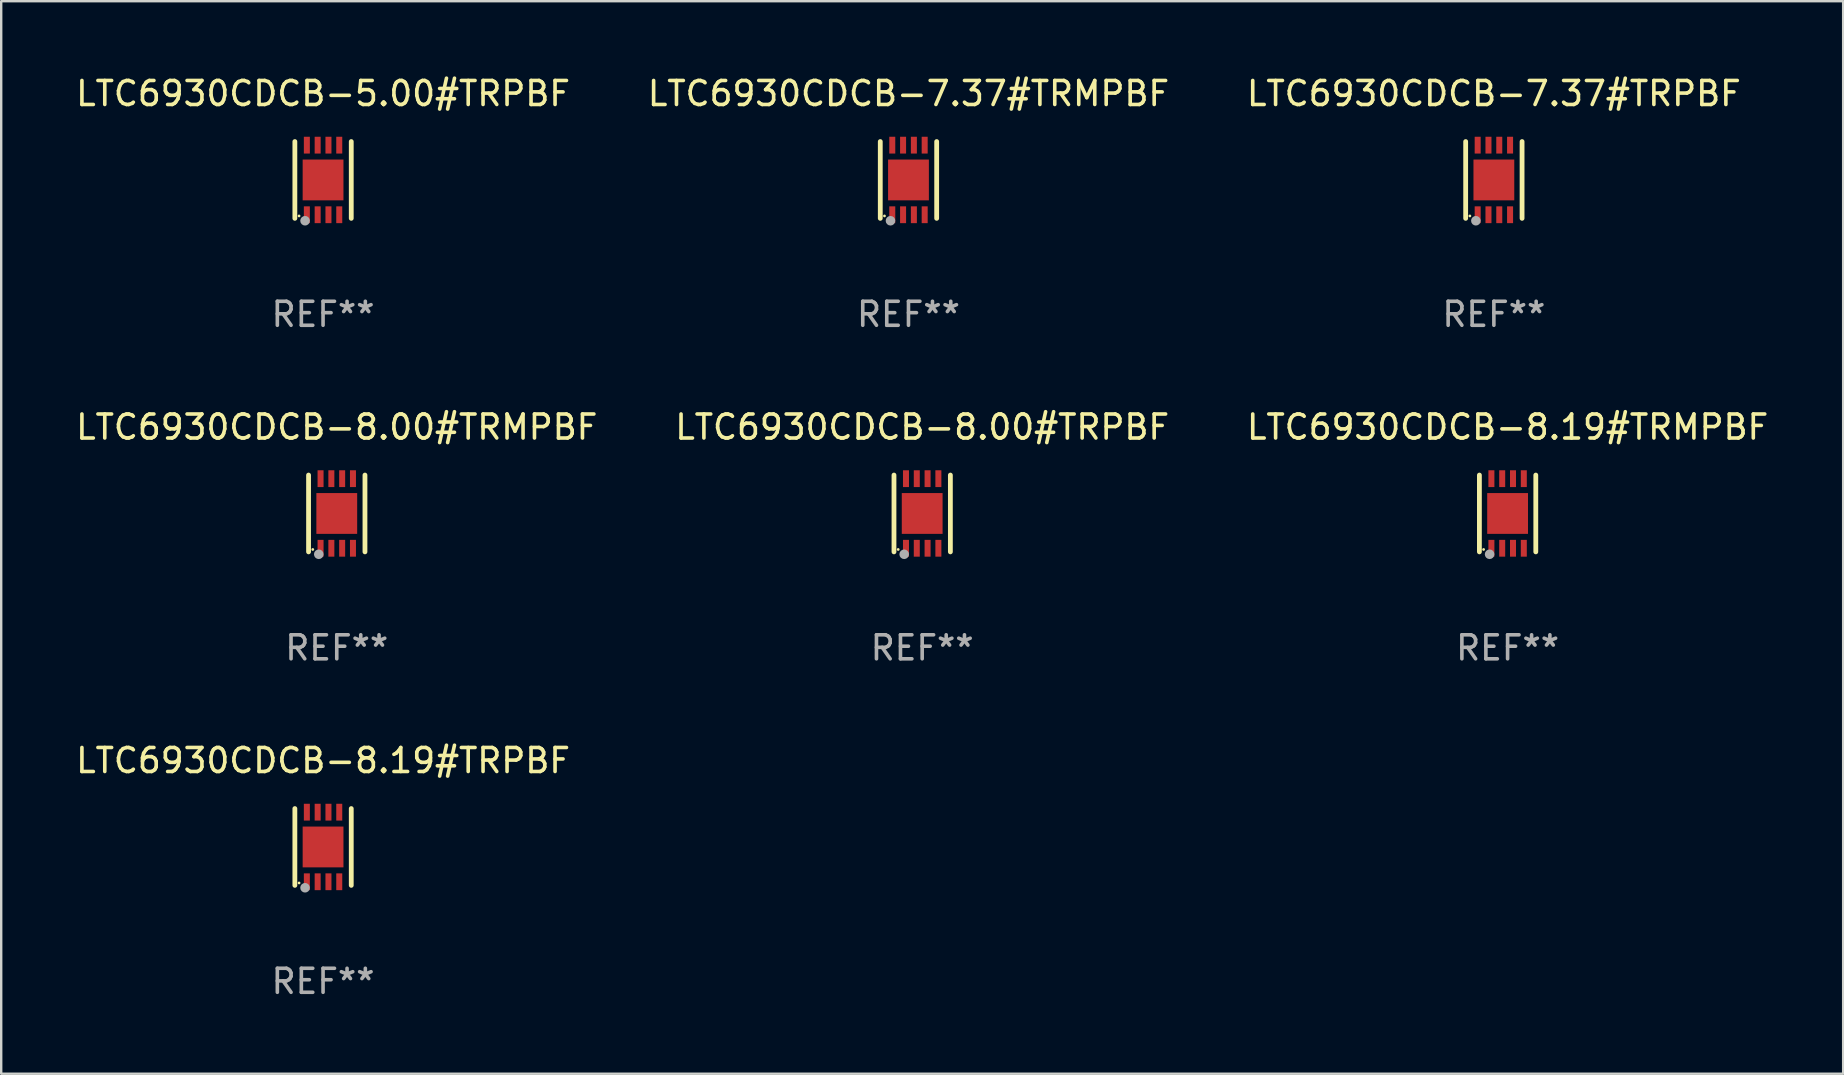
<source format=kicad_pcb>
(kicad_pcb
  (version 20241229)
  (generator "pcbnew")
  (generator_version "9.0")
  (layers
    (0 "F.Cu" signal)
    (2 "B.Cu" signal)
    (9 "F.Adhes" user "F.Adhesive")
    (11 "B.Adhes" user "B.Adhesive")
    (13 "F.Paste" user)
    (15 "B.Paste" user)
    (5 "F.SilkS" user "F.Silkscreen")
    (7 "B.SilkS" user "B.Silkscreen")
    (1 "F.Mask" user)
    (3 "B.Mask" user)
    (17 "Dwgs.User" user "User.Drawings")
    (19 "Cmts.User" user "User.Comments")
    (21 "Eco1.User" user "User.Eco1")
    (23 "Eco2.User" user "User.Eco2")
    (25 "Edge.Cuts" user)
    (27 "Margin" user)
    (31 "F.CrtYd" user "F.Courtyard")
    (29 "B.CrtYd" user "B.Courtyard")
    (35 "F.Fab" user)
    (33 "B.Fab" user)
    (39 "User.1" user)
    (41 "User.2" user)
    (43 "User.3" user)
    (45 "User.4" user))
  (footprint "LTC6930CDCB-5.00#TRPBF"
    (layer "F.Cu")
    (at 10.411 4.448)
    (property "Reference" "LTC6930CDCB-5.00#TRPBF" (at 0 -3.6 0) (layer "F.SilkS") (effects (font (size 1 1) (thickness 0.15))))
    (attr through_hole)
    (fp_line (start -1.175 1.6) (end -1.175 -1.6) (stroke (width 0.2) (type solid)) (layer "F.SilkS"))
    (fp_line (start 1.175 1.6) (end 1.175 -1.6) (stroke (width 0.2) (type solid)) (layer "F.SilkS"))
    (fp_circle (center -1 1.5) (end -0.97 1.5) (stroke (width 0.06) (type solid)) (fill no) (layer "F.SilkS"))
    (fp_circle (center -0.75 1.7) (end -0.65 1.7) (stroke (width 0.2) (type solid)) (fill no) (layer "F.Fab"))
    (fp_text user "REF**" (at 0 5.6 0) (layer "F.Fab") (effects (font (size 1 1) (thickness 0.15))))
    (pad "1" smd rect (at -0.675 1.45 90) (size 0.7 0.25) (layers "F.Cu" "F.Mask" "F.Paste"))
    (pad "2" smd rect (at -0.225 1.45 90) (size 0.7 0.25) (layers "F.Cu" "F.Mask" "F.Paste"))
    (pad "3" smd rect (at 0.225 1.45 90) (size 0.7 0.25) (layers "F.Cu" "F.Mask" "F.Paste"))
    (pad "4" smd rect (at 0.675 1.45 90) (size 0.7 0.25) (layers "F.Cu" "F.Mask" "F.Paste"))
    (pad "5" smd rect (at 0.675 -1.45 90) (size 0.7 0.25) (layers "F.Cu" "F.Mask" "F.Paste"))
    (pad "6" smd rect (at 0.225 -1.45 90) (size 0.7 0.25) (layers "F.Cu" "F.Mask" "F.Paste"))
    (pad "7" smd rect (at -0.225 -1.45 90) (size 0.7 0.25) (layers "F.Cu" "F.Mask" "F.Paste"))
    (pad "8" smd rect (at -0.675 -1.45 90) (size 0.7 0.25) (layers "F.Cu" "F.Mask" "F.Paste"))
    (pad "9" smd rect (at 0.000127 0 90) (size 1.7 1.7) (layers "F.Cu" "F.Mask" "F.Paste")))
  (footprint "LTC6930CDCB-8.19#TRMPBF"
    (layer "F.Cu")
    (at 59.768 18.345)
    (property "Reference" "LTC6930CDCB-8.19#TRMPBF" (at 0 -3.6 0) (layer "F.SilkS") (effects (font (size 1 1) (thickness 0.15))))
    (attr through_hole)
    (fp_line (start -1.175 1.6) (end -1.175 -1.6) (stroke (width 0.2) (type solid)) (layer "F.SilkS"))
    (fp_line (start 1.175 1.6) (end 1.175 -1.6) (stroke (width 0.2) (type solid)) (layer "F.SilkS"))
    (fp_circle (center -1 1.5) (end -0.97 1.5) (stroke (width 0.06) (type solid)) (fill no) (layer "F.SilkS"))
    (fp_circle (center -0.75 1.7) (end -0.65 1.7) (stroke (width 0.2) (type solid)) (fill no) (layer "F.Fab"))
    (fp_text user "REF**" (at 0 5.6 0) (layer "F.Fab") (effects (font (size 1 1) (thickness 0.15))))
    (pad "1" smd rect (at -0.675 1.45 90) (size 0.7 0.25) (layers "F.Cu" "F.Mask" "F.Paste"))
    (pad "2" smd rect (at -0.225 1.45 90) (size 0.7 0.25) (layers "F.Cu" "F.Mask" "F.Paste"))
    (pad "3" smd rect (at 0.225 1.45 90) (size 0.7 0.25) (layers "F.Cu" "F.Mask" "F.Paste"))
    (pad "4" smd rect (at 0.675 1.45 90) (size 0.7 0.25) (layers "F.Cu" "F.Mask" "F.Paste"))
    (pad "5" smd rect (at 0.675 -1.45 90) (size 0.7 0.25) (layers "F.Cu" "F.Mask" "F.Paste"))
    (pad "6" smd rect (at 0.225 -1.45 90) (size 0.7 0.25) (layers "F.Cu" "F.Mask" "F.Paste"))
    (pad "7" smd rect (at -0.225 -1.45 90) (size 0.7 0.25) (layers "F.Cu" "F.Mask" "F.Paste"))
    (pad "8" smd rect (at -0.675 -1.45 90) (size 0.7 0.25) (layers "F.Cu" "F.Mask" "F.Paste"))
    (pad "9" smd rect (at 0.000127 0 90) (size 1.7 1.7) (layers "F.Cu" "F.Mask" "F.Paste")))
  (footprint "LTC6930CDCB-8.19#TRPBF"
    (layer "F.Cu")
    (at 10.411 32.241)
    (property "Reference" "LTC6930CDCB-8.19#TRPBF" (at 0 -3.6 0) (layer "F.SilkS") (effects (font (size 1 1) (thickness 0.15))))
    (attr through_hole)
    (fp_line (start -1.175 1.6) (end -1.175 -1.6) (stroke (width 0.2) (type solid)) (layer "F.SilkS"))
    (fp_line (start 1.175 1.6) (end 1.175 -1.6) (stroke (width 0.2) (type solid)) (layer "F.SilkS"))
    (fp_circle (center -1 1.5) (end -0.97 1.5) (stroke (width 0.06) (type solid)) (fill no) (layer "F.SilkS"))
    (fp_circle (center -0.75 1.7) (end -0.65 1.7) (stroke (width 0.2) (type solid)) (fill no) (layer "F.Fab"))
    (fp_text user "REF**" (at 0 5.6 0) (layer "F.Fab") (effects (font (size 1 1) (thickness 0.15))))
    (pad "1" smd rect (at -0.675 1.45 90) (size 0.7 0.25) (layers "F.Cu" "F.Mask" "F.Paste"))
    (pad "2" smd rect (at -0.225 1.45 90) (size 0.7 0.25) (layers "F.Cu" "F.Mask" "F.Paste"))
    (pad "3" smd rect (at 0.225 1.45 90) (size 0.7 0.25) (layers "F.Cu" "F.Mask" "F.Paste"))
    (pad "4" smd rect (at 0.675 1.45 90) (size 0.7 0.25) (layers "F.Cu" "F.Mask" "F.Paste"))
    (pad "5" smd rect (at 0.675 -1.45 90) (size 0.7 0.25) (layers "F.Cu" "F.Mask" "F.Paste"))
    (pad "6" smd rect (at 0.225 -1.45 90) (size 0.7 0.25) (layers "F.Cu" "F.Mask" "F.Paste"))
    (pad "7" smd rect (at -0.225 -1.45 90) (size 0.7 0.25) (layers "F.Cu" "F.Mask" "F.Paste"))
    (pad "8" smd rect (at -0.675 -1.45 90) (size 0.7 0.25) (layers "F.Cu" "F.Mask" "F.Paste"))
    (pad "9" smd rect (at 0.000127 0 90) (size 1.7 1.7) (layers "F.Cu" "F.Mask" "F.Paste")))
  (footprint "LTC6930CDCB-7.37#TRPBF"
    (layer "F.Cu")
    (at 59.196 4.448)
    (property "Reference" "LTC6930CDCB-7.37#TRPBF" (at 0 -3.6 0) (layer "F.SilkS") (effects (font (size 1 1) (thickness 0.15))))
    (attr through_hole)
    (fp_line (start -1.175 1.6) (end -1.175 -1.6) (stroke (width 0.2) (type solid)) (layer "F.SilkS"))
    (fp_line (start 1.175 1.6) (end 1.175 -1.6) (stroke (width 0.2) (type solid)) (layer "F.SilkS"))
    (fp_circle (center -1 1.5) (end -0.97 1.5) (stroke (width 0.06) (type solid)) (fill no) (layer "F.SilkS"))
    (fp_circle (center -0.75 1.7) (end -0.65 1.7) (stroke (width 0.2) (type solid)) (fill no) (layer "F.Fab"))
    (fp_text user "REF**" (at 0 5.6 0) (layer "F.Fab") (effects (font (size 1 1) (thickness 0.15))))
    (pad "1" smd rect (at -0.675 1.45 90) (size 0.7 0.25) (layers "F.Cu" "F.Mask" "F.Paste"))
    (pad "2" smd rect (at -0.225 1.45 90) (size 0.7 0.25) (layers "F.Cu" "F.Mask" "F.Paste"))
    (pad "3" smd rect (at 0.225 1.45 90) (size 0.7 0.25) (layers "F.Cu" "F.Mask" "F.Paste"))
    (pad "4" smd rect (at 0.675 1.45 90) (size 0.7 0.25) (layers "F.Cu" "F.Mask" "F.Paste"))
    (pad "5" smd rect (at 0.675 -1.45 90) (size 0.7 0.25) (layers "F.Cu" "F.Mask" "F.Paste"))
    (pad "6" smd rect (at 0.225 -1.45 90) (size 0.7 0.25) (layers "F.Cu" "F.Mask" "F.Paste"))
    (pad "7" smd rect (at -0.225 -1.45 90) (size 0.7 0.25) (layers "F.Cu" "F.Mask" "F.Paste"))
    (pad "8" smd rect (at -0.675 -1.45 90) (size 0.7 0.25) (layers "F.Cu" "F.Mask" "F.Paste"))
    (pad "9" smd rect (at 0.000127 0 90) (size 1.7 1.7) (layers "F.Cu" "F.Mask" "F.Paste")))
  (footprint "LTC6930CDCB-8.00#TRMPBF"
    (layer "F.Cu")
    (at 10.982 18.345)
    (property "Reference" "LTC6930CDCB-8.00#TRMPBF" (at 0 -3.6 0) (layer "F.SilkS") (effects (font (size 1 1) (thickness 0.15))))
    (attr through_hole)
    (fp_line (start -1.175 1.6) (end -1.175 -1.6) (stroke (width 0.2) (type solid)) (layer "F.SilkS"))
    (fp_line (start 1.175 1.6) (end 1.175 -1.6) (stroke (width 0.2) (type solid)) (layer "F.SilkS"))
    (fp_circle (center -1 1.5) (end -0.97 1.5) (stroke (width 0.06) (type solid)) (fill no) (layer "F.SilkS"))
    (fp_circle (center -0.75 1.7) (end -0.65 1.7) (stroke (width 0.2) (type solid)) (fill no) (layer "F.Fab"))
    (fp_text user "REF**" (at 0 5.6 0) (layer "F.Fab") (effects (font (size 1 1) (thickness 0.15))))
    (pad "1" smd rect (at -0.675 1.45 90) (size 0.7 0.25) (layers "F.Cu" "F.Mask" "F.Paste"))
    (pad "2" smd rect (at -0.225 1.45 90) (size 0.7 0.25) (layers "F.Cu" "F.Mask" "F.Paste"))
    (pad "3" smd rect (at 0.225 1.45 90) (size 0.7 0.25) (layers "F.Cu" "F.Mask" "F.Paste"))
    (pad "4" smd rect (at 0.675 1.45 90) (size 0.7 0.25) (layers "F.Cu" "F.Mask" "F.Paste"))
    (pad "5" smd rect (at 0.675 -1.45 90) (size 0.7 0.25) (layers "F.Cu" "F.Mask" "F.Paste"))
    (pad "6" smd rect (at 0.225 -1.45 90) (size 0.7 0.25) (layers "F.Cu" "F.Mask" "F.Paste"))
    (pad "7" smd rect (at -0.225 -1.45 90) (size 0.7 0.25) (layers "F.Cu" "F.Mask" "F.Paste"))
    (pad "8" smd rect (at -0.675 -1.45 90) (size 0.7 0.25) (layers "F.Cu" "F.Mask" "F.Paste"))
    (pad "9" smd rect (at 0.000127 0 90) (size 1.7 1.7) (layers "F.Cu" "F.Mask" "F.Paste")))
  (footprint "LTC6930CDCB-7.37#TRMPBF"
    (layer "F.Cu")
    (at 34.804 4.448)
    (property "Reference" "LTC6930CDCB-7.37#TRMPBF" (at 0 -3.6 0) (layer "F.SilkS") (effects (font (size 1 1) (thickness 0.15))))
    (attr through_hole)
    (fp_line (start -1.175 1.6) (end -1.175 -1.6) (stroke (width 0.2) (type solid)) (layer "F.SilkS"))
    (fp_line (start 1.175 1.6) (end 1.175 -1.6) (stroke (width 0.2) (type solid)) (layer "F.SilkS"))
    (fp_circle (center -1 1.5) (end -0.97 1.5) (stroke (width 0.06) (type solid)) (fill no) (layer "F.SilkS"))
    (fp_circle (center -0.75 1.7) (end -0.65 1.7) (stroke (width 0.2) (type solid)) (fill no) (layer "F.Fab"))
    (fp_text user "REF**" (at 0 5.6 0) (layer "F.Fab") (effects (font (size 1 1) (thickness 0.15))))
    (pad "1" smd rect (at -0.675 1.45 90) (size 0.7 0.25) (layers "F.Cu" "F.Mask" "F.Paste"))
    (pad "2" smd rect (at -0.225 1.45 90) (size 0.7 0.25) (layers "F.Cu" "F.Mask" "F.Paste"))
    (pad "3" smd rect (at 0.225 1.45 90) (size 0.7 0.25) (layers "F.Cu" "F.Mask" "F.Paste"))
    (pad "4" smd rect (at 0.675 1.45 90) (size 0.7 0.25) (layers "F.Cu" "F.Mask" "F.Paste"))
    (pad "5" smd rect (at 0.675 -1.45 90) (size 0.7 0.25) (layers "F.Cu" "F.Mask" "F.Paste"))
    (pad "6" smd rect (at 0.225 -1.45 90) (size 0.7 0.25) (layers "F.Cu" "F.Mask" "F.Paste"))
    (pad "7" smd rect (at -0.225 -1.45 90) (size 0.7 0.25) (layers "F.Cu" "F.Mask" "F.Paste"))
    (pad "8" smd rect (at -0.675 -1.45 90) (size 0.7 0.25) (layers "F.Cu" "F.Mask" "F.Paste"))
    (pad "9" smd rect (at 0.000127 0 90) (size 1.7 1.7) (layers "F.Cu" "F.Mask" "F.Paste")))
  (footprint "LTC6930CDCB-8.00#TRPBF"
    (layer "F.Cu")
    (at 35.375 18.345)
    (property "Reference" "LTC6930CDCB-8.00#TRPBF" (at 0 -3.6 0) (layer "F.SilkS") (effects (font (size 1 1) (thickness 0.15))))
    (attr through_hole)
    (fp_line (start -1.175 1.6) (end -1.175 -1.6) (stroke (width 0.2) (type solid)) (layer "F.SilkS"))
    (fp_line (start 1.175 1.6) (end 1.175 -1.6) (stroke (width 0.2) (type solid)) (layer "F.SilkS"))
    (fp_circle (center -1 1.5) (end -0.97 1.5) (stroke (width 0.06) (type solid)) (fill no) (layer "F.SilkS"))
    (fp_circle (center -0.75 1.7) (end -0.65 1.7) (stroke (width 0.2) (type solid)) (fill no) (layer "F.Fab"))
    (fp_text user "REF**" (at 0 5.6 0) (layer "F.Fab") (effects (font (size 1 1) (thickness 0.15))))
    (pad "1" smd rect (at -0.675 1.45 90) (size 0.7 0.25) (layers "F.Cu" "F.Mask" "F.Paste"))
    (pad "2" smd rect (at -0.225 1.45 90) (size 0.7 0.25) (layers "F.Cu" "F.Mask" "F.Paste"))
    (pad "3" smd rect (at 0.225 1.45 90) (size 0.7 0.25) (layers "F.Cu" "F.Mask" "F.Paste"))
    (pad "4" smd rect (at 0.675 1.45 90) (size 0.7 0.25) (layers "F.Cu" "F.Mask" "F.Paste"))
    (pad "5" smd rect (at 0.675 -1.45 90) (size 0.7 0.25) (layers "F.Cu" "F.Mask" "F.Paste"))
    (pad "6" smd rect (at 0.225 -1.45 90) (size 0.7 0.25) (layers "F.Cu" "F.Mask" "F.Paste"))
    (pad "7" smd rect (at -0.225 -1.45 90) (size 0.7 0.25) (layers "F.Cu" "F.Mask" "F.Paste"))
    (pad "8" smd rect (at -0.675 -1.45 90) (size 0.7 0.25) (layers "F.Cu" "F.Mask" "F.Paste"))
    (pad "9" smd rect (at 0.000127 0 90) (size 1.7 1.7) (layers "F.Cu" "F.Mask" "F.Paste")))
  (gr_rect
    (start -3 -3)
    (end 73.75 41.69)
    (stroke (width 0.1) (type default))
    (fill no)
    (layer "Edge.Cuts")))
</source>
